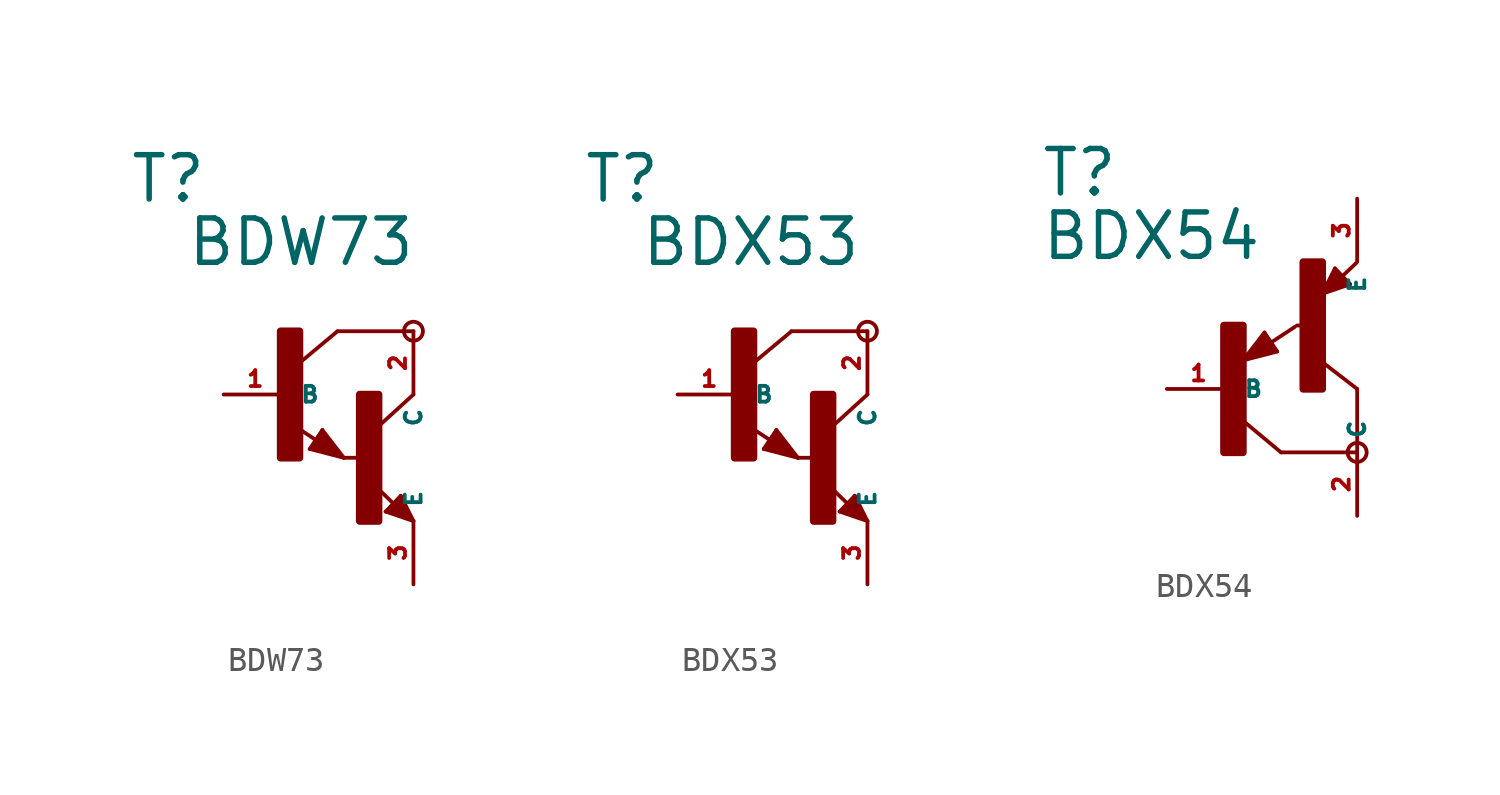
<source format=kicad_sym>
(kicad_symbol_lib
  (version 20220914)
  (generator Eagle2Kicad)
  (symbol "BDW73"
    (property "Reference" "T"
      (at -6.35 7.62 0)
      (effects (font (size 1.778 1.778) (thickness 0.22)) (justify left bottom)))
    (property "Value" "BDW73"
      (at -4.064 5.08 0)
      (effects (font (size 1.778 1.778) (thickness 0.22)) (justify left bottom)))
    (polyline
      (pts (xy 5.08 2.54) (xy 2.032 2.54))
      (stroke (width 0.152) (type default))
      (fill (type none)))
    (polyline
      (pts (xy 1.424 -1.424) (xy 2.286 -2.54))
      (stroke (width 0.152) (type default))
      (fill (type none)))
    (polyline
      (pts (xy 2.921 -2.54) (xy 2.286 -2.54))
      (stroke (width 0.152) (type default))
      (fill (type none)))
    (polyline
      (pts (xy 0.916 -2.186) (xy 1.424 -1.424))
      (stroke (width 0.152) (type default))
      (fill (type none)))
    (polyline
      (pts (xy 2.286 -2.54) (xy 0.916 -2.186))
      (stroke (width 0.152) (type default))
      (fill (type none)))
    (polyline
      (pts (xy 2.032 2.54) (xy 0.508 1.27))
      (stroke (width 0.152) (type default))
      (fill (type none)))
    (polyline
      (pts (xy 5.08 0) (xy 3.683 -1.27))
      (stroke (width 0.152) (type default))
      (fill (type none)))
    (polyline
      (pts (xy 5.08 -5.08) (xy 3.964 -4.699))
      (stroke (width 0.152) (type default))
      (fill (type none)))
    (polyline
      (pts (xy 4.572 -4.064) (xy 5.08 -5.08))
      (stroke (width 0.152) (type default))
      (fill (type none)))
    (polyline
      (pts (xy 3.964 -4.699) (xy 4.572 -4.064))
      (stroke (width 0.152) (type default))
      (fill (type none)))
    (polyline
      (pts (xy 1.186 -1.84) (xy 0.208 -1.197))
      (stroke (width 0.152) (type default))
      (fill (type none)))
    (polyline
      (pts (xy 4.28 -4.38) (xy 3.483 -3.61))
      (stroke (width 0.152) (type default))
      (fill (type none)))
    (polyline
      (pts (xy 2.159 -2.413) (xy 1.397 -1.524))
      (stroke (width 0.127) (type default))
      (fill (type none)))
    (polyline
      (pts (xy 1.397 -1.524) (xy 1.016 -2.159))
      (stroke (width 0.127) (type default))
      (fill (type none)))
    (polyline
      (pts (xy 1.016 -2.159) (xy 2.032 -2.413))
      (stroke (width 0.127) (type default))
      (fill (type none)))
    (polyline
      (pts (xy 2.032 -2.413) (xy 1.397 -1.651))
      (stroke (width 0.127) (type default))
      (fill (type none)))
    (polyline
      (pts (xy 1.397 -1.651) (xy 1.143 -2.032))
      (stroke (width 0.127) (type default))
      (fill (type none)))
    (polyline
      (pts (xy 1.143 -2.032) (xy 1.905 -2.286))
      (stroke (width 0.254) (type default))
      (fill (type none)))
    (polyline
      (pts (xy 1.905 -2.286) (xy 1.397 -1.778))
      (stroke (width 0.254) (type default))
      (fill (type none)))
    (polyline
      (pts (xy 1.397 -1.778) (xy 1.397 -1.905))
      (stroke (width 0.254) (type default))
      (fill (type none)))
    (polyline
      (pts (xy 4.953 -4.953) (xy 4.572 -4.191))
      (stroke (width 0.127) (type default))
      (fill (type none)))
    (polyline
      (pts (xy 4.572 -4.191) (xy 4.064 -4.699))
      (stroke (width 0.127) (type default))
      (fill (type none)))
    (polyline
      (pts (xy 4.064 -4.699) (xy 4.826 -4.953))
      (stroke (width 0.127) (type default))
      (fill (type none)))
    (polyline
      (pts (xy 4.826 -4.953) (xy 4.572 -4.318))
      (stroke (width 0.127) (type default))
      (fill (type none)))
    (polyline
      (pts (xy 4.572 -4.318) (xy 4.191 -4.699))
      (stroke (width 0.254) (type default))
      (fill (type none)))
    (polyline
      (pts (xy 4.191 -4.699) (xy 4.699 -4.826))
      (stroke (width 0.254) (type default))
      (fill (type none)))
    (polyline
      (pts (xy 4.699 -4.826) (xy 4.572 -4.572))
      (stroke (width 0.254) (type default))
      (fill (type none)))
    (polyline
      (pts (xy 4.572 -4.572) (xy 4.445 -4.572))
      (stroke (width 0.254) (type default))
      (fill (type none)))
    (circle
      (center 5.08 2.54)
      (radius 0.381)
      (stroke (width 0) (type default))
      (fill (type none)))
    (rectangle
      (start -0.254 -2.54)
      (end 0.508 2.54)
      (stroke (width 0.3) (type default))
      (fill (type outline)))
    (rectangle
      (start 2.921 -5.08)
      (end 3.683 0)
      (stroke (width 0.3) (type default))
      (fill (type outline)))
    (pin passive line
      (at -2.54 0 0)
      (length 2.54)
      (name "B" (effects (font (size 0.635 0.635) (thickness 0.08)) (justify left bottom)))
      (number "1" (effects (font (size 0.635 0.635) (thickness 0.08)) (justify left bottom))))
    (pin passive line
      (at 5.08 -7.62 90)
      (length 2.54)
      (name "E" (effects (font (size 0.635 0.635) (thickness 0.08)) (justify left bottom)))
      (number "3" (effects (font (size 0.635 0.635) (thickness 0.08)) (justify left bottom))))
    (pin passive line
      (at 5.08 2.54 270)
      (length 2.54)
      (name "C" (effects (font (size 0.635 0.635) (thickness 0.08)) (justify left bottom)))
      (number "2" (effects (font (size 0.635 0.635) (thickness 0.08)) (justify left bottom)))))
  (symbol "BDX53"
    (property "Reference" "T"
      (at -6.35 7.62 0)
      (effects (font (size 1.778 1.778) (thickness 0.22)) (justify left bottom)))
    (property "Value" "BDX53"
      (at -4.064 5.08 0)
      (effects (font (size 1.778 1.778) (thickness 0.22)) (justify left bottom)))
    (polyline
      (pts (xy 5.08 2.54) (xy 2.032 2.54))
      (stroke (width 0.152) (type default))
      (fill (type none)))
    (polyline
      (pts (xy 1.424 -1.424) (xy 2.286 -2.54))
      (stroke (width 0.152) (type default))
      (fill (type none)))
    (polyline
      (pts (xy 2.921 -2.54) (xy 2.286 -2.54))
      (stroke (width 0.152) (type default))
      (fill (type none)))
    (polyline
      (pts (xy 0.916 -2.186) (xy 1.424 -1.424))
      (stroke (width 0.152) (type default))
      (fill (type none)))
    (polyline
      (pts (xy 2.286 -2.54) (xy 0.916 -2.186))
      (stroke (width 0.152) (type default))
      (fill (type none)))
    (polyline
      (pts (xy 2.032 2.54) (xy 0.508 1.27))
      (stroke (width 0.152) (type default))
      (fill (type none)))
    (polyline
      (pts (xy 5.08 0) (xy 3.683 -1.27))
      (stroke (width 0.152) (type default))
      (fill (type none)))
    (polyline
      (pts (xy 5.08 -5.08) (xy 3.964 -4.699))
      (stroke (width 0.152) (type default))
      (fill (type none)))
    (polyline
      (pts (xy 4.572 -4.064) (xy 5.08 -5.08))
      (stroke (width 0.152) (type default))
      (fill (type none)))
    (polyline
      (pts (xy 3.964 -4.699) (xy 4.572 -4.064))
      (stroke (width 0.152) (type default))
      (fill (type none)))
    (polyline
      (pts (xy 1.186 -1.84) (xy 0.208 -1.197))
      (stroke (width 0.152) (type default))
      (fill (type none)))
    (polyline
      (pts (xy 4.28 -4.38) (xy 3.483 -3.61))
      (stroke (width 0.152) (type default))
      (fill (type none)))
    (polyline
      (pts (xy 2.159 -2.413) (xy 1.397 -1.524))
      (stroke (width 0.127) (type default))
      (fill (type none)))
    (polyline
      (pts (xy 1.397 -1.524) (xy 1.016 -2.159))
      (stroke (width 0.127) (type default))
      (fill (type none)))
    (polyline
      (pts (xy 1.016 -2.159) (xy 2.032 -2.413))
      (stroke (width 0.127) (type default))
      (fill (type none)))
    (polyline
      (pts (xy 2.032 -2.413) (xy 1.397 -1.651))
      (stroke (width 0.127) (type default))
      (fill (type none)))
    (polyline
      (pts (xy 1.397 -1.651) (xy 1.143 -2.032))
      (stroke (width 0.127) (type default))
      (fill (type none)))
    (polyline
      (pts (xy 1.143 -2.032) (xy 1.905 -2.286))
      (stroke (width 0.254) (type default))
      (fill (type none)))
    (polyline
      (pts (xy 1.905 -2.286) (xy 1.397 -1.778))
      (stroke (width 0.254) (type default))
      (fill (type none)))
    (polyline
      (pts (xy 1.397 -1.778) (xy 1.397 -1.905))
      (stroke (width 0.254) (type default))
      (fill (type none)))
    (polyline
      (pts (xy 4.953 -4.953) (xy 4.572 -4.191))
      (stroke (width 0.127) (type default))
      (fill (type none)))
    (polyline
      (pts (xy 4.572 -4.191) (xy 4.064 -4.699))
      (stroke (width 0.127) (type default))
      (fill (type none)))
    (polyline
      (pts (xy 4.064 -4.699) (xy 4.826 -4.953))
      (stroke (width 0.127) (type default))
      (fill (type none)))
    (polyline
      (pts (xy 4.826 -4.953) (xy 4.572 -4.318))
      (stroke (width 0.127) (type default))
      (fill (type none)))
    (polyline
      (pts (xy 4.572 -4.318) (xy 4.191 -4.699))
      (stroke (width 0.254) (type default))
      (fill (type none)))
    (polyline
      (pts (xy 4.191 -4.699) (xy 4.699 -4.826))
      (stroke (width 0.254) (type default))
      (fill (type none)))
    (polyline
      (pts (xy 4.699 -4.826) (xy 4.572 -4.572))
      (stroke (width 0.254) (type default))
      (fill (type none)))
    (polyline
      (pts (xy 4.572 -4.572) (xy 4.445 -4.572))
      (stroke (width 0.254) (type default))
      (fill (type none)))
    (circle
      (center 5.08 2.54)
      (radius 0.381)
      (stroke (width 0) (type default))
      (fill (type none)))
    (rectangle
      (start -0.254 -2.54)
      (end 0.508 2.54)
      (stroke (width 0.3) (type default))
      (fill (type outline)))
    (rectangle
      (start 2.921 -5.08)
      (end 3.683 0)
      (stroke (width 0.3) (type default))
      (fill (type outline)))
    (pin passive line
      (at -2.54 0 0)
      (length 2.54)
      (name "B" (effects (font (size 0.635 0.635) (thickness 0.08)) (justify left bottom)))
      (number "1" (effects (font (size 0.635 0.635) (thickness 0.08)) (justify left bottom))))
    (pin passive line
      (at 5.08 -7.62 90)
      (length 2.54)
      (name "E" (effects (font (size 0.635 0.635) (thickness 0.08)) (justify left bottom)))
      (number "3" (effects (font (size 0.635 0.635) (thickness 0.08)) (justify left bottom))))
    (pin passive line
      (at 5.08 2.54 270)
      (length 2.54)
      (name "C" (effects (font (size 0.635 0.635) (thickness 0.08)) (justify left bottom)))
      (number "2" (effects (font (size 0.635 0.635) (thickness 0.08)) (justify left bottom)))))
  (symbol "BDX54"
    (property "Reference" "T"
      (at -7.62 7.62 0)
      (effects (font (size 1.778 1.778) (thickness 0.22)) (justify left bottom)))
    (property "Value" "BDX54"
      (at -7.62 5.08 0)
      (effects (font (size 1.778 1.778) (thickness 0.22)) (justify left bottom)))
    (polyline
      (pts (xy 5.08 -2.54) (xy 2.032 -2.54))
      (stroke (width 0.152) (type default))
      (fill (type none)))
    (polyline
      (pts (xy 2.032 -2.54) (xy 0.508 -1.27))
      (stroke (width 0.152) (type default))
      (fill (type none)))
    (polyline
      (pts (xy 5.08 0) (xy 3.429 1.27))
      (stroke (width 0.152) (type default))
      (fill (type none)))
    (polyline
      (pts (xy 1.37 2.259) (xy 0.508 1.143))
      (stroke (width 0.152) (type default))
      (fill (type none)))
    (polyline
      (pts (xy 1.878 1.497) (xy 1.37 2.259))
      (stroke (width 0.152) (type default))
      (fill (type none)))
    (polyline
      (pts (xy 0.508 1.143) (xy 1.878 1.497))
      (stroke (width 0.152) (type default))
      (fill (type none)))
    (polyline
      (pts (xy 1.608 1.843) (xy 2.586 2.486))
      (stroke (width 0.152) (type default))
      (fill (type none)))
    (polyline
      (pts (xy 0.635 1.27) (xy 1.397 2.159))
      (stroke (width 0.127) (type default))
      (fill (type none)))
    (polyline
      (pts (xy 1.397 2.159) (xy 1.778 1.524))
      (stroke (width 0.127) (type default))
      (fill (type none)))
    (polyline
      (pts (xy 1.778 1.524) (xy 0.762 1.27))
      (stroke (width 0.127) (type default))
      (fill (type none)))
    (polyline
      (pts (xy 0.762 1.27) (xy 1.397 2.032))
      (stroke (width 0.127) (type default))
      (fill (type none)))
    (polyline
      (pts (xy 1.397 2.032) (xy 1.651 1.651))
      (stroke (width 0.127) (type default))
      (fill (type none)))
    (polyline
      (pts (xy 1.651 1.651) (xy 0.889 1.397))
      (stroke (width 0.254) (type default))
      (fill (type none)))
    (polyline
      (pts (xy 0.889 1.397) (xy 1.397 1.905))
      (stroke (width 0.254) (type default))
      (fill (type none)))
    (polyline
      (pts (xy 1.397 1.905) (xy 1.397 1.778))
      (stroke (width 0.254) (type default))
      (fill (type none)))
    (polyline
      (pts (xy 3.683 3.81) (xy 4.799 4.191))
      (stroke (width 0.152) (type default))
      (fill (type none)))
    (polyline
      (pts (xy 4.191 4.826) (xy 3.683 3.81))
      (stroke (width 0.152) (type default))
      (fill (type none)))
    (polyline
      (pts (xy 4.799 4.191) (xy 4.191 4.826))
      (stroke (width 0.152) (type default))
      (fill (type none)))
    (polyline
      (pts (xy 4.483 4.51) (xy 5.026 5.026))
      (stroke (width 0.152) (type default))
      (fill (type none)))
    (polyline
      (pts (xy 3.81 3.937) (xy 4.191 4.699))
      (stroke (width 0.127) (type default))
      (fill (type none)))
    (polyline
      (pts (xy 4.191 4.699) (xy 4.699 4.191))
      (stroke (width 0.127) (type default))
      (fill (type none)))
    (polyline
      (pts (xy 4.699 4.191) (xy 3.937 3.937))
      (stroke (width 0.127) (type default))
      (fill (type none)))
    (polyline
      (pts (xy 3.937 3.937) (xy 4.191 4.572))
      (stroke (width 0.127) (type default))
      (fill (type none)))
    (polyline
      (pts (xy 4.191 4.572) (xy 4.572 4.191))
      (stroke (width 0.254) (type default))
      (fill (type none)))
    (polyline
      (pts (xy 4.572 4.191) (xy 4.064 4.064))
      (stroke (width 0.254) (type default))
      (fill (type none)))
    (polyline
      (pts (xy 4.064 4.064) (xy 4.191 4.318))
      (stroke (width 0.254) (type default))
      (fill (type none)))
    (polyline
      (pts (xy 4.191 4.318) (xy 4.318 4.318))
      (stroke (width 0.254) (type default))
      (fill (type none)))
    (polyline
      (pts (xy 5.08 -2.54) (xy 5.08 0))
      (stroke (width 0.152) (type default))
      (fill (type none)))
    (polyline
      (pts (xy 2.667 2.54) (xy 2.921 2.54))
      (stroke (width 0.152) (type default))
      (fill (type none)))
    (circle
      (center 5.08 -2.54)
      (radius 0.381)
      (stroke (width 0) (type default))
      (fill (type none)))
    (rectangle
      (start -0.254 -2.54)
      (end 0.508 2.54)
      (stroke (width 0.3) (type default))
      (fill (type outline)))
    (rectangle
      (start 2.921 0)
      (end 3.683 5.08)
      (stroke (width 0.3) (type default))
      (fill (type outline)))
    (pin passive line
      (at -2.54 0 0)
      (length 2.54)
      (name "B" (effects (font (size 0.635 0.635) (thickness 0.08)) (justify left bottom)))
      (number "1" (effects (font (size 0.635 0.635) (thickness 0.08)) (justify left bottom))))
    (pin passive line
      (at 5.08 7.62 270)
      (length 2.54)
      (name "E" (effects (font (size 0.635 0.635) (thickness 0.08)) (justify left bottom)))
      (number "3" (effects (font (size 0.635 0.635) (thickness 0.08)) (justify left bottom))))
    (pin passive line
      (at 5.08 -5.08 90)
      (length 2.54)
      (name "C" (effects (font (size 0.635 0.635) (thickness 0.08)) (justify left bottom)))
      (number "2" (effects (font (size 0.635 0.635) (thickness 0.08)) (justify left bottom))))))
</source>
